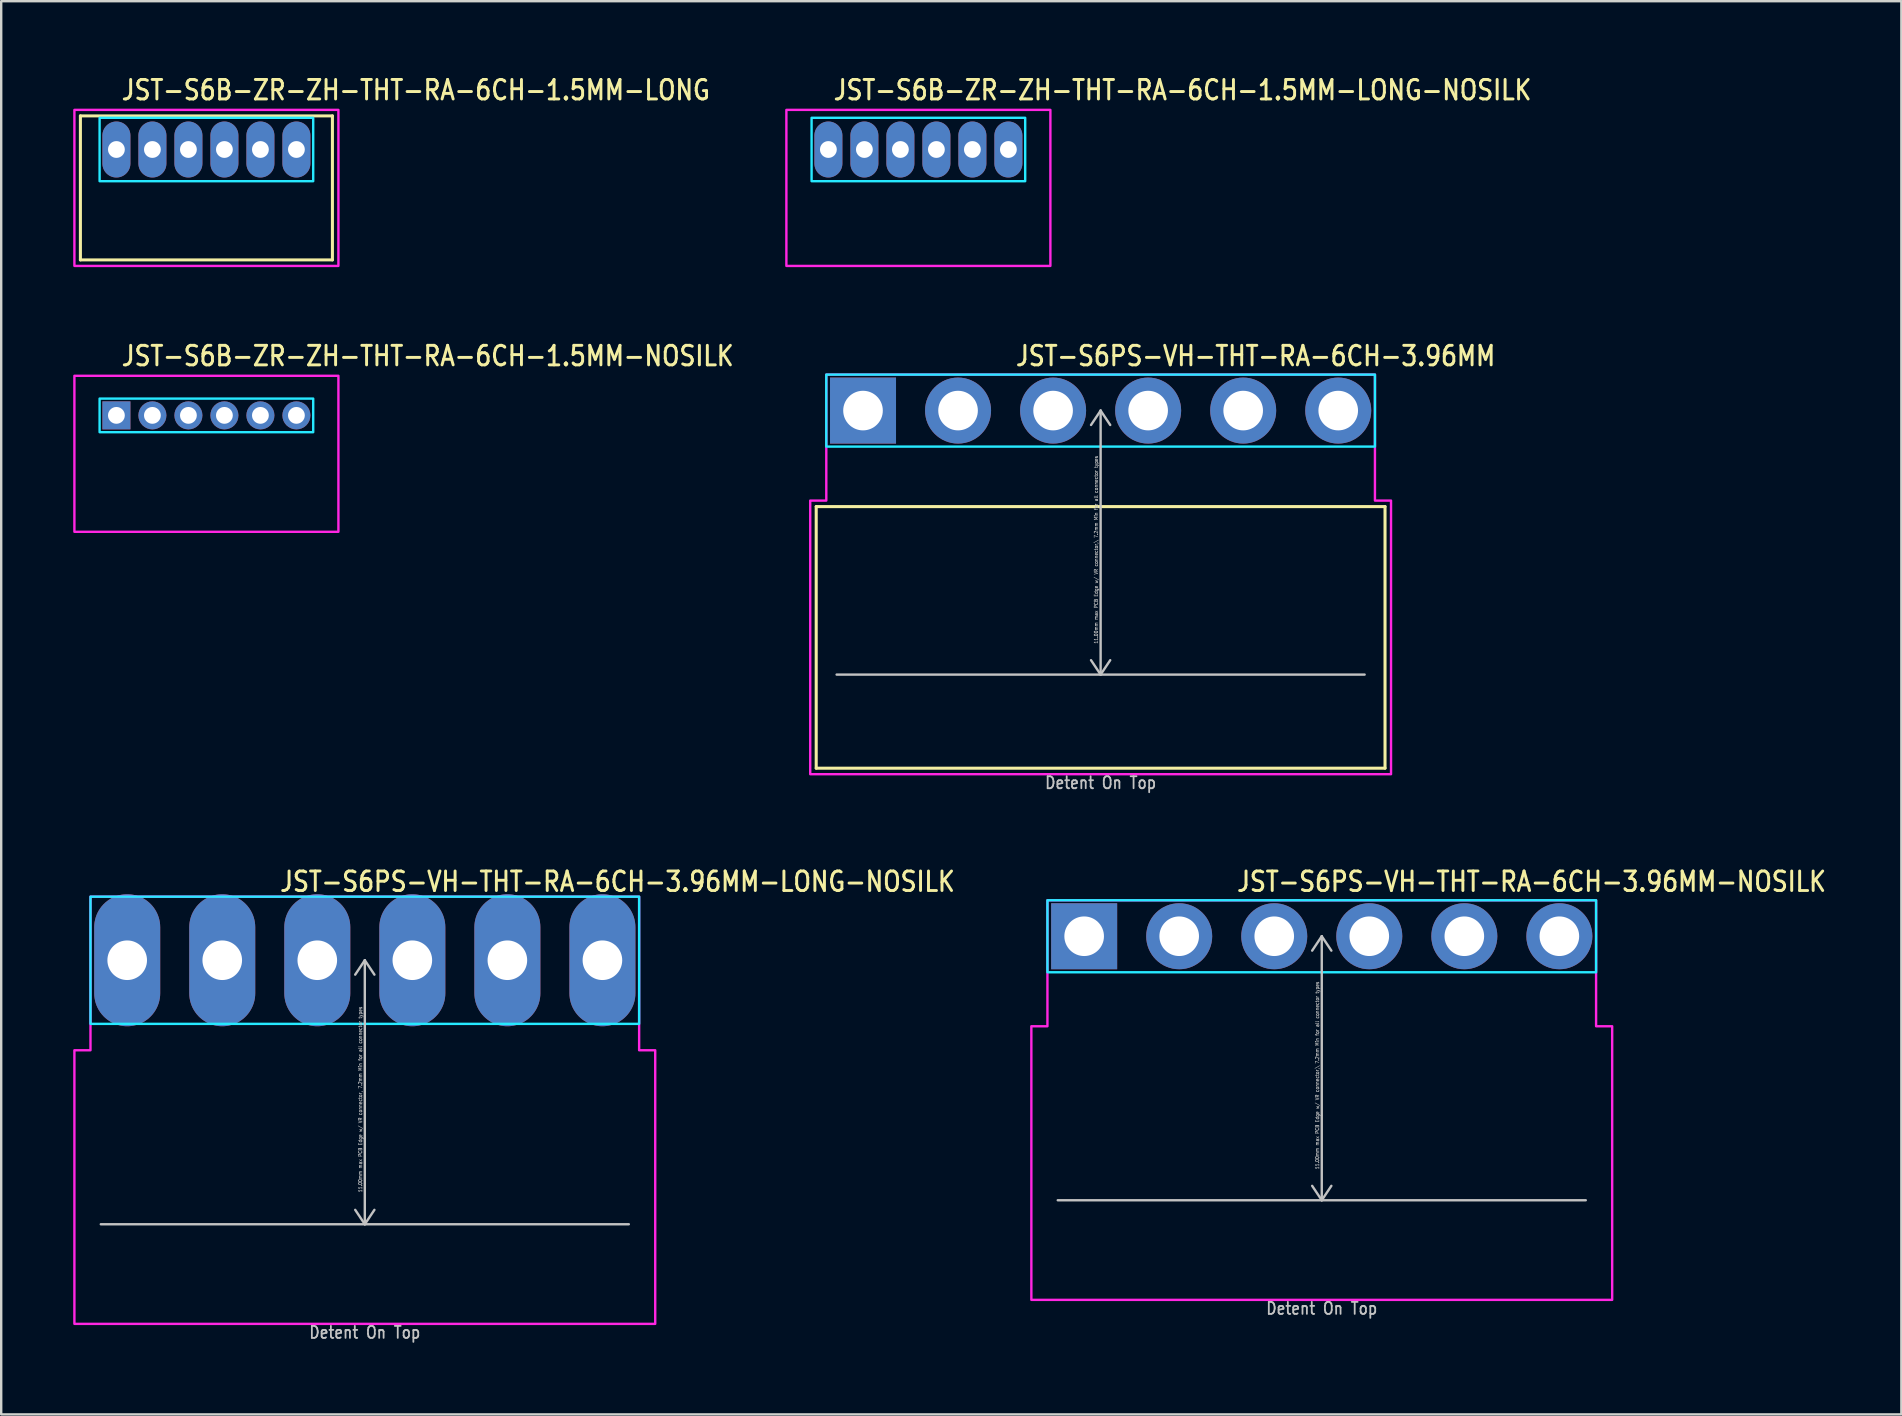
<source format=kicad_pcb>
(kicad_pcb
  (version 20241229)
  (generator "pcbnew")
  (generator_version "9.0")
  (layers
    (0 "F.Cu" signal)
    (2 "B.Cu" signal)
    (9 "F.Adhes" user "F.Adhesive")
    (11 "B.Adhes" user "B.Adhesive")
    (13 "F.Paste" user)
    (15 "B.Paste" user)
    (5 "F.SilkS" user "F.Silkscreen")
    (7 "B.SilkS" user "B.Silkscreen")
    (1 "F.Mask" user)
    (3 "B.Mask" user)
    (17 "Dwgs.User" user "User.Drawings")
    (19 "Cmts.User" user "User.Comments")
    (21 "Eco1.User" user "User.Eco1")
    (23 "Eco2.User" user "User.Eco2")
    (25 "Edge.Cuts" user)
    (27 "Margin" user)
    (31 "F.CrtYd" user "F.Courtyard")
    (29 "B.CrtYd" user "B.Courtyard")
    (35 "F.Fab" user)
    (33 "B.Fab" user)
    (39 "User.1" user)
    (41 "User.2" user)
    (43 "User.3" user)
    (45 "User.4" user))
  (footprint "JST-S6B-ZR-ZH-THT-RA-6CH-1.5MM-LONG"
    (layer "F.Cu")
    (at 5.55 3.179)
    (property "Reference" "JST-S6B-ZR-ZH-THT-RA-6CH-1.5MM-LONG" (at -3.6 -2 0) (unlocked yes) (layer "F.SilkS") (effects (font (size 0.813 0.695) (thickness 0.122)) (justify left bottom)))
    (fp_line (start -5.25 -1.4) (end 5.25 -1.4) (stroke (width 0.127) (type solid)) (layer "F.SilkS"))
    (fp_line (start -5.25 4.6) (end -5.25 -1.4) (stroke (width 0.127) (type solid)) (layer "F.SilkS"))
    (fp_line (start -5.25 4.6) (end 5.25 4.6) (stroke (width 0.127) (type solid)) (layer "F.SilkS"))
    (fp_line (start 5.25 -1.4) (end 5.25 4.6) (stroke (width 0.127) (type solid)) (layer "F.SilkS"))
    (fp_poly (pts (xy -4.45 -1.32) (xy -4.45 1.32) (xy 4.45 1.32) (xy 4.45 -1.32)) (stroke (width 0.1) (type solid)) (fill no) (layer "B.CrtYd"))
    (fp_poly (pts (xy -5.5 -1.65) (xy -5.5 4.85) (xy 5.5 4.85) (xy 5.5 -1.65)) (stroke (width 0.1) (type solid)) (fill no) (layer "F.CrtYd"))
    (pad "P$1" thru_hole oval (at -3.75 0 90) (size 2.333 1.167) (drill 0.7) (layers "*.Cu" "*.Mask"))
    (pad "P$2" thru_hole oval (at -2.25 0 90) (size 2.333 1.167) (drill 0.7) (layers "*.Cu" "*.Mask"))
    (pad "P$3" thru_hole oval (at -0.75 0 90) (size 2.333 1.167) (drill 0.7) (layers "*.Cu" "*.Mask"))
    (pad "P$4" thru_hole oval (at 0.75 0 90) (size 2.333 1.167) (drill 0.7) (layers "*.Cu" "*.Mask"))
    (pad "P$5" thru_hole oval (at 2.25 0 90) (size 2.333 1.167) (drill 0.7) (layers "*.Cu" "*.Mask"))
    (pad "P$6" thru_hole oval (at 3.75 0 90) (size 2.333 1.167) (drill 0.7) (layers "*.Cu" "*.Mask")))
  (footprint "JST-S6B-ZR-ZH-THT-RA-6CH-1.5MM-LONG-NOSILK"
    (layer "F.Cu")
    (at 35.215 3.179)
    (property "Reference" "JST-S6B-ZR-ZH-THT-RA-6CH-1.5MM-LONG-NOSILK" (at -3.6 -2 0) (unlocked yes) (layer "F.SilkS") (effects (font (size 0.813 0.695) (thickness 0.122)) (justify left bottom)))
    (fp_poly (pts (xy -4.45 -1.32) (xy -4.45 1.32) (xy 4.45 1.32) (xy 4.45 -1.32)) (stroke (width 0.1) (type solid)) (fill no) (layer "B.CrtYd"))
    (fp_poly (pts (xy -5.5 -1.65) (xy -5.5 4.85) (xy 5.5 4.85) (xy 5.5 -1.65)) (stroke (width 0.1) (type solid)) (fill no) (layer "F.CrtYd"))
    (pad "P$1" thru_hole oval (at -3.75 0 90) (size 2.333 1.167) (drill 0.7) (layers "*.Cu" "*.Mask"))
    (pad "P$2" thru_hole oval (at -2.25 0 90) (size 2.333 1.167) (drill 0.7) (layers "*.Cu" "*.Mask"))
    (pad "P$3" thru_hole oval (at -0.75 0 90) (size 2.333 1.167) (drill 0.7) (layers "*.Cu" "*.Mask"))
    (pad "P$4" thru_hole oval (at 0.75 0 90) (size 2.333 1.167) (drill 0.7) (layers "*.Cu" "*.Mask"))
    (pad "P$5" thru_hole oval (at 2.25 0 90) (size 2.333 1.167) (drill 0.7) (layers "*.Cu" "*.Mask"))
    (pad "P$6" thru_hole oval (at 3.75 0 90) (size 2.333 1.167) (drill 0.7) (layers "*.Cu" "*.Mask")))
  (footprint "JST-S6B-ZR-ZH-THT-RA-6CH-1.5MM-NOSILK"
    (layer "F.Cu")
    (at 5.55 14.257)
    (property "Reference" "JST-S6B-ZR-ZH-THT-RA-6CH-1.5MM-NOSILK" (at -3.6 -2 0) (unlocked yes) (layer "F.SilkS") (effects (font (size 0.813 0.695) (thickness 0.122)) (justify left bottom)))
    (fp_poly (pts (xy -4.45 -0.7) (xy -4.45 0.7) (xy 4.45 0.7) (xy 4.45 -0.7)) (stroke (width 0.1) (type solid)) (fill no) (layer "B.CrtYd"))
    (fp_poly (pts (xy -5.5 -1.65) (xy -5.5 4.85) (xy 5.5 4.85) (xy 5.5 -1.65)) (stroke (width 0.1) (type solid)) (fill no) (layer "F.CrtYd"))
    (pad "P$1" thru_hole rect (at -3.75 0) (size 1.167 1.167) (drill 0.7) (layers "*.Cu" "*.Mask"))
    (pad "P$2" thru_hole oval (at -2.25 0) (size 1.167 1.167) (drill 0.7) (layers "*.Cu" "*.Mask"))
    (pad "P$3" thru_hole oval (at -0.75 0) (size 1.167 1.167) (drill 0.7) (layers "*.Cu" "*.Mask"))
    (pad "P$4" thru_hole oval (at 0.75 0) (size 1.167 1.167) (drill 0.7) (layers "*.Cu" "*.Mask"))
    (pad "P$5" thru_hole oval (at 2.25 0) (size 1.167 1.167) (drill 0.7) (layers "*.Cu" "*.Mask"))
    (pad "P$6" thru_hole oval (at 3.75 0) (size 1.167 1.167) (drill 0.7) (layers "*.Cu" "*.Mask")))
  (footprint "JST-S6PS-VH-THT-RA-6CH-3.96MM"
    (layer "F.Cu")
    (at 42.808 14.057)
    (property "Reference" "JST-S6PS-VH-THT-RA-6CH-3.96MM" (at -3.6 -1.8 0) (unlocked yes) (layer "F.SilkS") (effects (font (size 0.813 0.695) (thickness 0.122)) (justify left bottom)))
    (fp_line (start -11.85 4) (end 11.85 4) (stroke (width 0.127) (type solid)) (layer "F.SilkS"))
    (fp_line (start -11.85 14.9) (end -11.85 4) (stroke (width 0.127) (type solid)) (layer "F.SilkS"))
    (fp_line (start -11.85 14.9) (end 11.85 14.9) (stroke (width 0.127) (type solid)) (layer "F.SilkS"))
    (fp_line (start 11.85 4) (end 11.85 14.9) (stroke (width 0.127) (type solid)) (layer "F.SilkS"))
    (fp_line (start -11 11) (end 11 11) (stroke (width 0.1) (type solid)) (layer "Dwgs.User"))
    (fp_line (start 0 0) (end -0.4 0.6) (stroke (width 0.1) (type solid)) (layer "Dwgs.User"))
    (fp_line (start 0 0) (end 0 11) (stroke (width 0.1) (type solid)) (layer "Dwgs.User"))
    (fp_line (start 0 0) (end 0.4 0.6) (stroke (width 0.1) (type solid)) (layer "Dwgs.User"))
    (fp_line (start 0 11) (end -0.4 10.4) (stroke (width 0.1) (type solid)) (layer "Dwgs.User"))
    (fp_line (start 0 11) (end 0.4 10.4) (stroke (width 0.1) (type solid)) (layer "Dwgs.User"))
    (fp_poly (pts (xy -11.43 -1.5) (xy -11.43 1.5) (xy 11.43 1.5) (xy 11.43 -1.5)) (stroke (width 0.1) (type solid)) (fill no) (layer "B.CrtYd"))
    (fp_poly (pts (xy -12.1 3.75) (xy -12.1 15.15) (xy 12.1 15.15) (xy 12.1 3.75) (xy 11.43 3.75) (xy 11.43 -1.5) (xy -11.43 -1.5) (xy -11.43 3.75)) (stroke (width 0.1) (type solid)) (fill no) (layer "F.CrtYd"))
    (fp_text user "11.00mm max PCB Edge w/ VR connector,\\ 7.2mm Min for all connector types" (at -0.1 5.8 90) (unlocked yes) (layer "Dwgs.User") (effects (font (size 0.15 0.128) (thickness 0.022)) (justify bottom)))
    (fp_text user "Detent On Top" (at 0 15.8 0) (unlocked yes) (layer "Dwgs.User") (effects (font (size 0.5 0.427) (thickness 0.075)) (justify bottom)))
    (pad "P$1" thru_hole rect (at -9.9 0) (size 2.75 2.75) (drill 1.65) (layers "*.Cu" "*.Mask"))
    (pad "P$2" thru_hole oval (at -5.94 0) (size 2.75 2.75) (drill 1.65) (layers "*.Cu" "*.Mask"))
    (pad "P$3" thru_hole oval (at -1.98 0) (size 2.75 2.75) (drill 1.65) (layers "*.Cu" "*.Mask"))
    (pad "P$4" thru_hole oval (at 1.98 0) (size 2.75 2.75) (drill 1.65) (layers "*.Cu" "*.Mask"))
    (pad "P$5" thru_hole oval (at 5.94 0) (size 2.75 2.75) (drill 1.65) (layers "*.Cu" "*.Mask"))
    (pad "P$6" thru_hole oval (at 9.9 0) (size 2.75 2.75) (drill 1.65) (layers "*.Cu" "*.Mask")))
  (footprint "JST-S6PS-VH-THT-RA-6CH-3.96MM-NOSILK"
    (layer "F.Cu")
    (at 52.022 35.959)
    (property "Reference" "JST-S6PS-VH-THT-RA-6CH-3.96MM-NOSILK" (at -3.6 -1.8 0) (unlocked yes) (layer "F.SilkS") (effects (font (size 0.813 0.695) (thickness 0.122)) (justify left bottom)))
    (fp_line (start -11 11) (end 11 11) (stroke (width 0.1) (type solid)) (layer "Dwgs.User"))
    (fp_line (start 0 0) (end -0.4 0.6) (stroke (width 0.1) (type solid)) (layer "Dwgs.User"))
    (fp_line (start 0 0) (end 0 11) (stroke (width 0.1) (type solid)) (layer "Dwgs.User"))
    (fp_line (start 0 0) (end 0.4 0.6) (stroke (width 0.1) (type solid)) (layer "Dwgs.User"))
    (fp_line (start 0 11) (end -0.4 10.4) (stroke (width 0.1) (type solid)) (layer "Dwgs.User"))
    (fp_line (start 0 11) (end 0.4 10.4) (stroke (width 0.1) (type solid)) (layer "Dwgs.User"))
    (fp_poly (pts (xy -11.43 -1.5) (xy -11.43 1.5) (xy 11.43 1.5) (xy 11.43 -1.5)) (stroke (width 0.1) (type solid)) (fill no) (layer "B.CrtYd"))
    (fp_poly (pts (xy -12.1 3.75) (xy -12.1 15.15) (xy 12.1 15.15) (xy 12.1 3.75) (xy 11.43 3.75) (xy 11.43 -1.5) (xy -11.43 -1.5) (xy -11.43 3.75)) (stroke (width 0.1) (type solid)) (fill no) (layer "F.CrtYd"))
    (fp_text user "11.00mm max PCB Edge w/ VR connector,\\ 7.2mm Min for all connector types" (at -0.1 5.8 90) (unlocked yes) (layer "Dwgs.User") (effects (font (size 0.15 0.128) (thickness 0.022)) (justify bottom)))
    (fp_text user "Detent On Top" (at 0 15.8 0) (unlocked yes) (layer "Dwgs.User") (effects (font (size 0.5 0.427) (thickness 0.075)) (justify bottom)))
    (pad "P$1" thru_hole rect (at -9.9 0) (size 2.75 2.75) (drill 1.65) (layers "*.Cu" "*.Mask"))
    (pad "P$2" thru_hole oval (at -5.94 0) (size 2.75 2.75) (drill 1.65) (layers "*.Cu" "*.Mask"))
    (pad "P$3" thru_hole oval (at -1.98 0) (size 2.75 2.75) (drill 1.65) (layers "*.Cu" "*.Mask"))
    (pad "P$4" thru_hole oval (at 1.98 0) (size 2.75 2.75) (drill 1.65) (layers "*.Cu" "*.Mask"))
    (pad "P$5" thru_hole oval (at 5.94 0) (size 2.75 2.75) (drill 1.65) (layers "*.Cu" "*.Mask"))
    (pad "P$6" thru_hole oval (at 9.9 0) (size 2.75 2.75) (drill 1.65) (layers "*.Cu" "*.Mask")))
  (footprint "JST-S6PS-VH-THT-RA-6CH-3.96MM-LONG-NOSILK"
    (layer "F.Cu")
    (at 12.15 36.959)
    (property "Reference" "JST-S6PS-VH-THT-RA-6CH-3.96MM-LONG-NOSILK" (at -3.6 -2.8 0) (unlocked yes) (layer "F.SilkS") (effects (font (size 0.813 0.695) (thickness 0.122)) (justify left bottom)))
    (fp_line (start -11 11) (end 11 11) (stroke (width 0.1) (type solid)) (layer "Dwgs.User"))
    (fp_line (start 0 0) (end -0.4 0.6) (stroke (width 0.1) (type solid)) (layer "Dwgs.User"))
    (fp_line (start 0 0) (end 0 11) (stroke (width 0.1) (type solid)) (layer "Dwgs.User"))
    (fp_line (start 0 0) (end 0.4 0.6) (stroke (width 0.1) (type solid)) (layer "Dwgs.User"))
    (fp_line (start 0 11) (end -0.4 10.4) (stroke (width 0.1) (type solid)) (layer "Dwgs.User"))
    (fp_line (start 0 11) (end 0.4 10.4) (stroke (width 0.1) (type solid)) (layer "Dwgs.User"))
    (fp_poly (pts (xy -11.43 -2.65) (xy -11.43 2.65) (xy 11.43 2.65) (xy 11.43 -2.65)) (stroke (width 0.1) (type solid)) (fill no) (layer "B.CrtYd"))
    (fp_poly (pts (xy -12.1 3.75) (xy -12.1 15.15) (xy 12.1 15.15) (xy 12.1 3.75) (xy 11.43 3.75) (xy 11.43 -2.65) (xy -11.43 -2.65) (xy -11.43 3.75)) (stroke (width 0.1) (type solid)) (fill no) (layer "F.CrtYd"))
    (fp_text user "11.00mm max PCB Edge w/ VR connector, 7.2mm Min for all connector types" (at -0.1 5.8 90) (unlocked yes) (layer "Dwgs.User") (effects (font (size 0.15 0.128) (thickness 0.022)) (justify bottom)))
    (fp_text user "Detent On Top" (at 0 15.8 0) (unlocked yes) (layer "Dwgs.User") (effects (font (size 0.5 0.427) (thickness 0.075)) (justify bottom)))
    (pad "P$1" thru_hole oval (at -9.9 0 90) (size 5.5 2.75) (drill 1.65) (layers "*.Cu" "*.Mask"))
    (pad "P$2" thru_hole oval (at -5.94 0 90) (size 5.5 2.75) (drill 1.65) (layers "*.Cu" "*.Mask"))
    (pad "P$3" thru_hole oval (at -1.98 0 90) (size 5.5 2.75) (drill 1.65) (layers "*.Cu" "*.Mask"))
    (pad "P$4" thru_hole oval (at 1.98 0 90) (size 5.5 2.75) (drill 1.65) (layers "*.Cu" "*.Mask"))
    (pad "P$5" thru_hole oval (at 5.94 0 90) (size 5.5 2.75) (drill 1.65) (layers "*.Cu" "*.Mask"))
    (pad "P$6" thru_hole oval (at 9.9 0 90) (size 5.5 2.75) (drill 1.65) (layers "*.Cu" "*.Mask")))
  (gr_rect
    (start -3 -3)
    (end 76.171 55.882)
    (stroke (width 0.1) (type default))
    (fill no)
    (layer "Edge.Cuts")))
</source>
